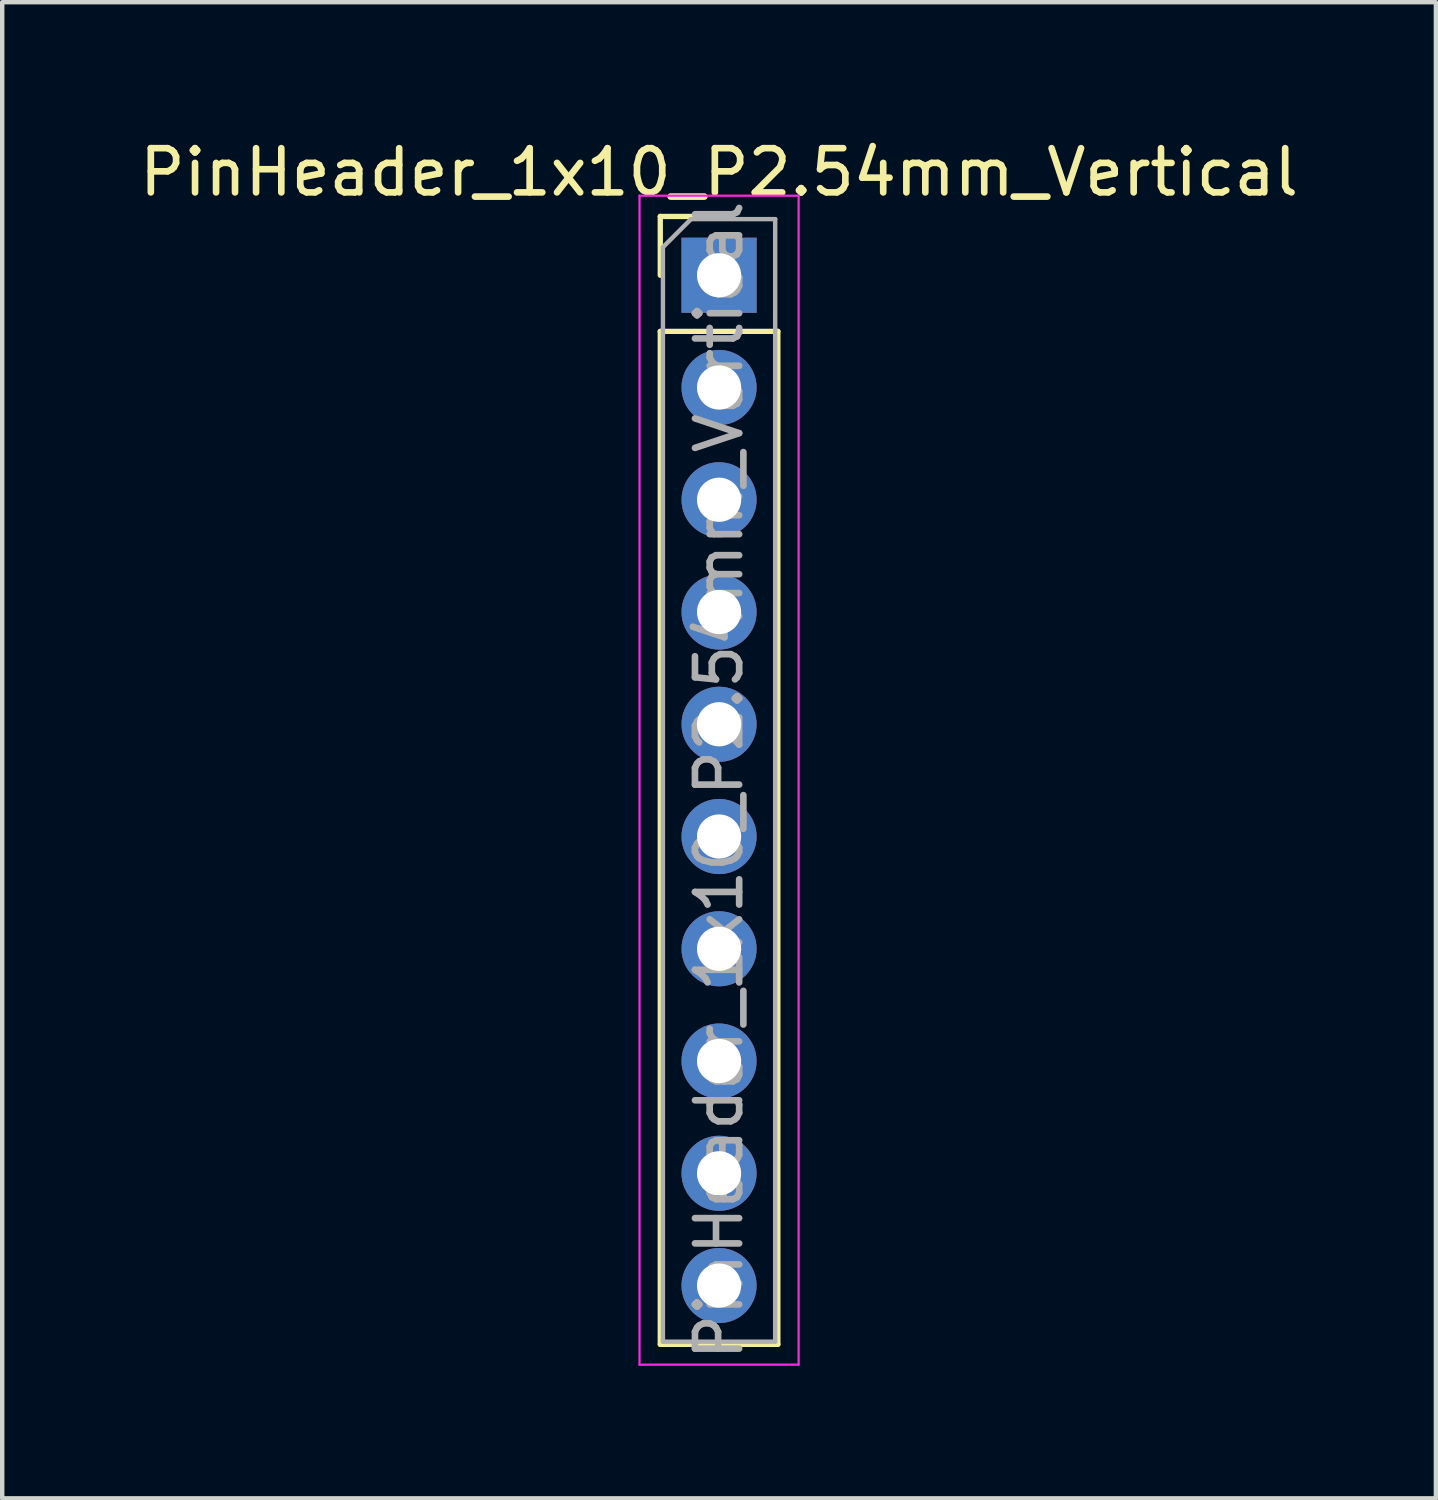
<source format=kicad_pcb>
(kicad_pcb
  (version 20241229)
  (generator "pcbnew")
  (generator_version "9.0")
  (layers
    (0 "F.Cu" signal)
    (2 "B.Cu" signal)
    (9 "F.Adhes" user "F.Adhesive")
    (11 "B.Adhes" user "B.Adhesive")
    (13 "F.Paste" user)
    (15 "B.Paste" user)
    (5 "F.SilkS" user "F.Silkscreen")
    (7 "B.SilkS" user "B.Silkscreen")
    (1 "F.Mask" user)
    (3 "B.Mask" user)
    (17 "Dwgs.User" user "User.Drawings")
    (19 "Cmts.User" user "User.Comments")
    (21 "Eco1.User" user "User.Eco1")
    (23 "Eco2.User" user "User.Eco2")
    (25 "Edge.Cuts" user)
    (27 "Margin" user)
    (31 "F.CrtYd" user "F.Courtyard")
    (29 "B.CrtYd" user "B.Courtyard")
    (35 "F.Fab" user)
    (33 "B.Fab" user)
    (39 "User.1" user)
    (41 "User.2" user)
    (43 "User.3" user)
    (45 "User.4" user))
  (footprint "PinHeader_1x10_P2.54mm_Vertical"
    (layer "F.Cu")
    (at 13.22 3.178)
    (property "Reference" "PinHeader_1x10_P2.54mm_Vertical" (at 0 -2.33 0) (layer "F.SilkS") (effects (font (size 1 1) (thickness 0.15))))
    (attr through_hole)
    (fp_line (start -1.33 -1.33) (end 0 -1.33) (stroke (width 0.12) (type solid)) (layer "F.SilkS"))
    (fp_line (start -1.33 0) (end -1.33 -1.33) (stroke (width 0.12) (type solid)) (layer "F.SilkS"))
    (fp_line (start -1.33 1.27) (end -1.33 24.19) (stroke (width 0.12) (type solid)) (layer "F.SilkS"))
    (fp_line (start -1.33 1.27) (end 1.33 1.27) (stroke (width 0.12) (type solid)) (layer "F.SilkS"))
    (fp_line (start -1.33 24.19) (end 1.33 24.19) (stroke (width 0.12) (type solid)) (layer "F.SilkS"))
    (fp_line (start 1.33 1.27) (end 1.33 24.19) (stroke (width 0.12) (type solid)) (layer "F.SilkS"))
    (fp_line (start -1.8 -1.8) (end -1.8 24.65) (stroke (width 0.05) (type solid)) (layer "F.CrtYd"))
    (fp_line (start -1.8 24.65) (end 1.8 24.65) (stroke (width 0.05) (type solid)) (layer "F.CrtYd"))
    (fp_line (start 1.8 -1.8) (end -1.8 -1.8) (stroke (width 0.05) (type solid)) (layer "F.CrtYd"))
    (fp_line (start 1.8 24.65) (end 1.8 -1.8) (stroke (width 0.05) (type solid)) (layer "F.CrtYd"))
    (fp_line (start -1.27 -0.635) (end -0.635 -1.27) (stroke (width 0.1) (type solid)) (layer "F.Fab"))
    (fp_line (start -1.27 24.13) (end -1.27 -0.635) (stroke (width 0.1) (type solid)) (layer "F.Fab"))
    (fp_line (start -0.635 -1.27) (end 1.27 -1.27) (stroke (width 0.1) (type solid)) (layer "F.Fab"))
    (fp_line (start 1.27 -1.27) (end 1.27 24.13) (stroke (width 0.1) (type solid)) (layer "F.Fab"))
    (fp_line (start 1.27 24.13) (end -1.27 24.13) (stroke (width 0.1) (type solid)) (layer "F.Fab"))
    (fp_text user "${REFERENCE}" (at 0 11.43 90) (layer "F.Fab") (effects (font (size 1 1) (thickness 0.15))))
    (pad "1" thru_hole rect (at 0 0) (size 1.7 1.7) (drill 1) (layers "*.Cu" "*.Mask"))
    (pad "2" thru_hole oval (at 0 2.54) (size 1.7 1.7) (drill 1) (layers "*.Cu" "*.Mask"))
    (pad "3" thru_hole oval (at 0 5.08) (size 1.7 1.7) (drill 1) (layers "*.Cu" "*.Mask"))
    (pad "4" thru_hole oval (at 0 7.62) (size 1.7 1.7) (drill 1) (layers "*.Cu" "*.Mask"))
    (pad "5" thru_hole oval (at 0 10.16) (size 1.7 1.7) (drill 1) (layers "*.Cu" "*.Mask"))
    (pad "6" thru_hole oval (at 0 12.7) (size 1.7 1.7) (drill 1) (layers "*.Cu" "*.Mask"))
    (pad "7" thru_hole oval (at 0 15.24) (size 1.7 1.7) (drill 1) (layers "*.Cu" "*.Mask"))
    (pad "8" thru_hole oval (at 0 17.78) (size 1.7 1.7) (drill 1) (layers "*.Cu" "*.Mask"))
    (pad "9" thru_hole oval (at 0 20.32) (size 1.7 1.7) (drill 1) (layers "*.Cu" "*.Mask"))
    (pad "10" thru_hole oval (at 0 22.86) (size 1.7 1.7) (drill 1) (layers "*.Cu" "*.Mask")))
  (gr_rect
    (start -3 -3)
    (end 29.44 30.853)
    (stroke (width 0.1) (type default))
    (fill no)
    (layer "Edge.Cuts")))
</source>
